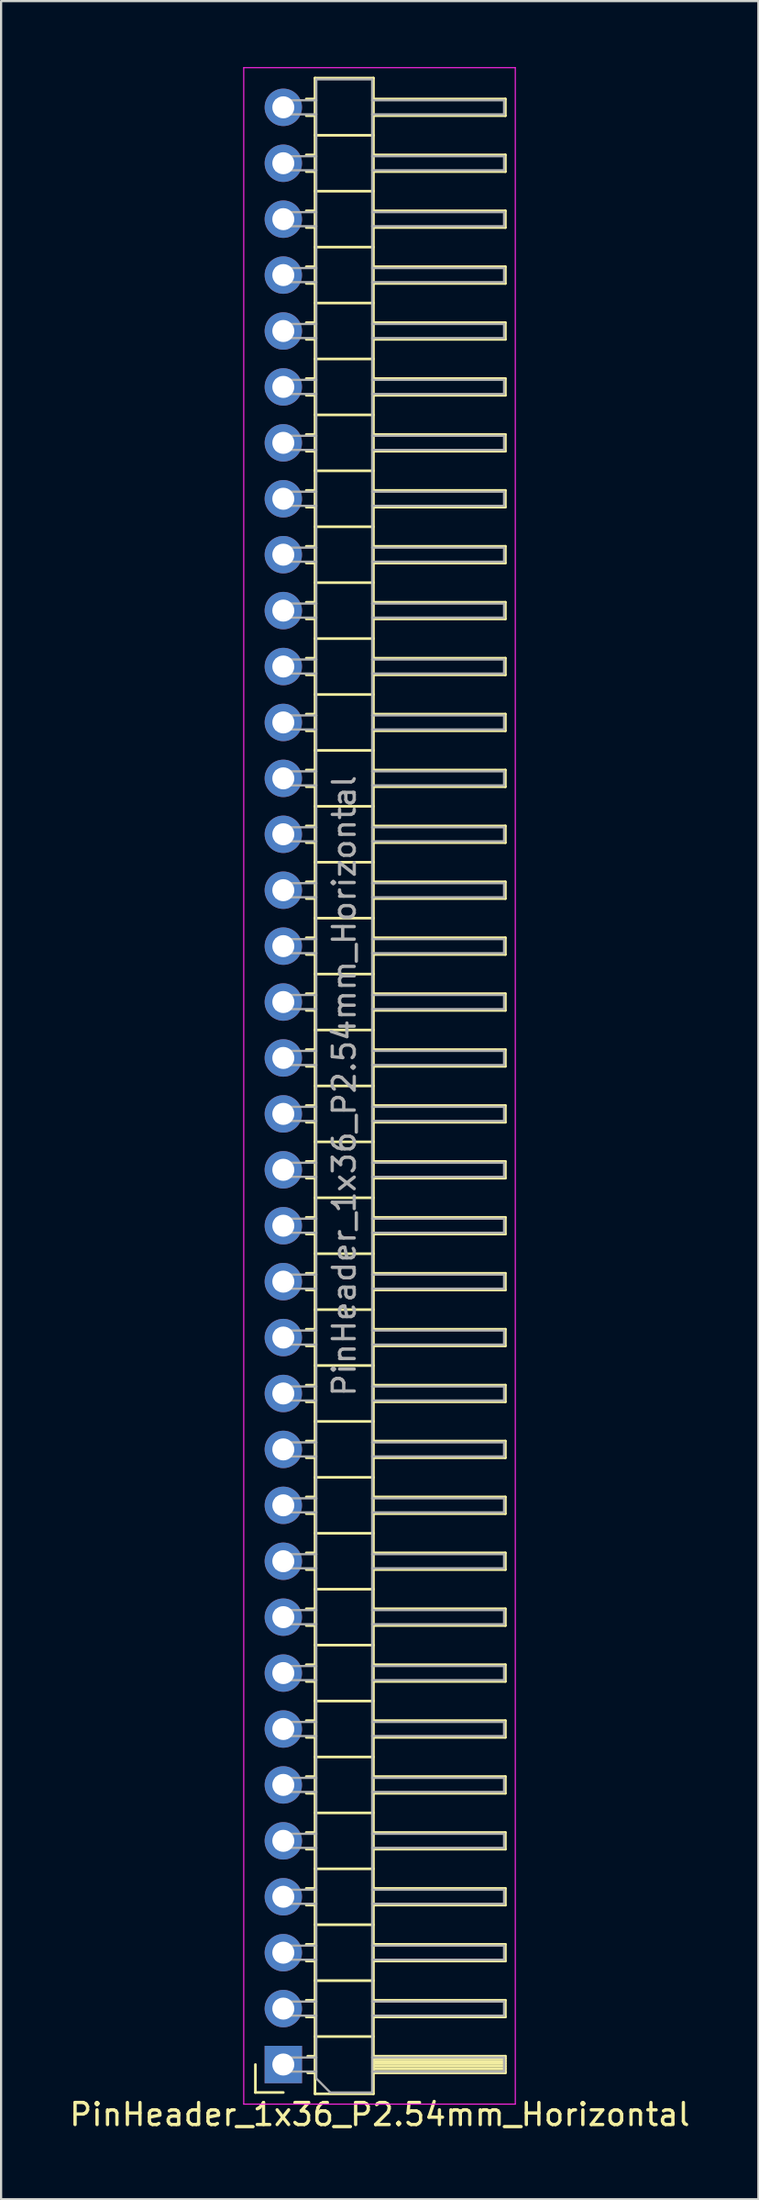
<source format=kicad_pcb>
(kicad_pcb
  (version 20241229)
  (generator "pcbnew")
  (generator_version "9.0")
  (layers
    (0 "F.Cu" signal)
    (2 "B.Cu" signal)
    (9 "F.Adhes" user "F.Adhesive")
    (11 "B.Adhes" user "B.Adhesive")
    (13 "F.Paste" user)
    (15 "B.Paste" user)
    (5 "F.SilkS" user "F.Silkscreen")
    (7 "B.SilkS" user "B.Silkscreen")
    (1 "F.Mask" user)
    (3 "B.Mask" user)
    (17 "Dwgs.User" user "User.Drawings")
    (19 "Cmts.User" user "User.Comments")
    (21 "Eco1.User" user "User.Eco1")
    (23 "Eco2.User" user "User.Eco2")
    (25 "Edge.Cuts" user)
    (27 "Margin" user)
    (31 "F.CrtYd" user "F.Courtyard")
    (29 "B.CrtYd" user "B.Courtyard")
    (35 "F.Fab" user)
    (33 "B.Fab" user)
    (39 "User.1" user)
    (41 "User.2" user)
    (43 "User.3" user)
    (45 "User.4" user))
  (footprint "PinHeader_1x36_P2.54mm_Horizontal"
    (layer "F.Cu")
    (at 9.835 1.825)
    (property "Reference" "PinHeader_1x36_P2.54mm_Horizontal" (at 4.385 91.17 0) (layer "F.SilkS") (effects (font (size 1 1) (thickness 0.15))))
    (attr through_hole)
    (fp_line (start -1.27 88.9) (end -1.27 90.17) (stroke (width 0.12) (type solid)) (layer "F.SilkS"))
    (fp_line (start -1.27 90.17) (end 0 90.17) (stroke (width 0.12) (type solid)) (layer "F.SilkS"))
    (fp_line (start 1.043 -0.38) (end 1.44 -0.38) (stroke (width 0.12) (type solid)) (layer "F.SilkS"))
    (fp_line (start 1.043 0.38) (end 1.44 0.38) (stroke (width 0.12) (type solid)) (layer "F.SilkS"))
    (fp_line (start 1.043 2.16) (end 1.44 2.16) (stroke (width 0.12) (type solid)) (layer "F.SilkS"))
    (fp_line (start 1.043 2.92) (end 1.44 2.92) (stroke (width 0.12) (type solid)) (layer "F.SilkS"))
    (fp_line (start 1.043 4.7) (end 1.44 4.7) (stroke (width 0.12) (type solid)) (layer "F.SilkS"))
    (fp_line (start 1.043 5.46) (end 1.44 5.46) (stroke (width 0.12) (type solid)) (layer "F.SilkS"))
    (fp_line (start 1.043 7.24) (end 1.44 7.24) (stroke (width 0.12) (type solid)) (layer "F.SilkS"))
    (fp_line (start 1.043 8) (end 1.44 8) (stroke (width 0.12) (type solid)) (layer "F.SilkS"))
    (fp_line (start 1.043 9.78) (end 1.44 9.78) (stroke (width 0.12) (type solid)) (layer "F.SilkS"))
    (fp_line (start 1.043 10.54) (end 1.44 10.54) (stroke (width 0.12) (type solid)) (layer "F.SilkS"))
    (fp_line (start 1.043 12.32) (end 1.44 12.32) (stroke (width 0.12) (type solid)) (layer "F.SilkS"))
    (fp_line (start 1.043 13.08) (end 1.44 13.08) (stroke (width 0.12) (type solid)) (layer "F.SilkS"))
    (fp_line (start 1.043 14.86) (end 1.44 14.86) (stroke (width 0.12) (type solid)) (layer "F.SilkS"))
    (fp_line (start 1.043 15.62) (end 1.44 15.62) (stroke (width 0.12) (type solid)) (layer "F.SilkS"))
    (fp_line (start 1.043 17.4) (end 1.44 17.4) (stroke (width 0.12) (type solid)) (layer "F.SilkS"))
    (fp_line (start 1.043 18.16) (end 1.44 18.16) (stroke (width 0.12) (type solid)) (layer "F.SilkS"))
    (fp_line (start 1.043 19.94) (end 1.44 19.94) (stroke (width 0.12) (type solid)) (layer "F.SilkS"))
    (fp_line (start 1.043 20.7) (end 1.44 20.7) (stroke (width 0.12) (type solid)) (layer "F.SilkS"))
    (fp_line (start 1.043 22.48) (end 1.44 22.48) (stroke (width 0.12) (type solid)) (layer "F.SilkS"))
    (fp_line (start 1.043 23.24) (end 1.44 23.24) (stroke (width 0.12) (type solid)) (layer "F.SilkS"))
    (fp_line (start 1.043 25.02) (end 1.44 25.02) (stroke (width 0.12) (type solid)) (layer "F.SilkS"))
    (fp_line (start 1.043 25.78) (end 1.44 25.78) (stroke (width 0.12) (type solid)) (layer "F.SilkS"))
    (fp_line (start 1.043 27.56) (end 1.44 27.56) (stroke (width 0.12) (type solid)) (layer "F.SilkS"))
    (fp_line (start 1.043 28.32) (end 1.44 28.32) (stroke (width 0.12) (type solid)) (layer "F.SilkS"))
    (fp_line (start 1.043 30.1) (end 1.44 30.1) (stroke (width 0.12) (type solid)) (layer "F.SilkS"))
    (fp_line (start 1.043 30.86) (end 1.44 30.86) (stroke (width 0.12) (type solid)) (layer "F.SilkS"))
    (fp_line (start 1.043 32.64) (end 1.44 32.64) (stroke (width 0.12) (type solid)) (layer "F.SilkS"))
    (fp_line (start 1.043 33.4) (end 1.44 33.4) (stroke (width 0.12) (type solid)) (layer "F.SilkS"))
    (fp_line (start 1.043 35.18) (end 1.44 35.18) (stroke (width 0.12) (type solid)) (layer "F.SilkS"))
    (fp_line (start 1.043 35.94) (end 1.44 35.94) (stroke (width 0.12) (type solid)) (layer "F.SilkS"))
    (fp_line (start 1.043 37.72) (end 1.44 37.72) (stroke (width 0.12) (type solid)) (layer "F.SilkS"))
    (fp_line (start 1.043 38.48) (end 1.44 38.48) (stroke (width 0.12) (type solid)) (layer "F.SilkS"))
    (fp_line (start 1.043 40.26) (end 1.44 40.26) (stroke (width 0.12) (type solid)) (layer "F.SilkS"))
    (fp_line (start 1.043 41.02) (end 1.44 41.02) (stroke (width 0.12) (type solid)) (layer "F.SilkS"))
    (fp_line (start 1.043 42.8) (end 1.44 42.8) (stroke (width 0.12) (type solid)) (layer "F.SilkS"))
    (fp_line (start 1.043 43.56) (end 1.44 43.56) (stroke (width 0.12) (type solid)) (layer "F.SilkS"))
    (fp_line (start 1.043 45.34) (end 1.44 45.34) (stroke (width 0.12) (type solid)) (layer "F.SilkS"))
    (fp_line (start 1.043 46.1) (end 1.44 46.1) (stroke (width 0.12) (type solid)) (layer "F.SilkS"))
    (fp_line (start 1.043 47.88) (end 1.44 47.88) (stroke (width 0.12) (type solid)) (layer "F.SilkS"))
    (fp_line (start 1.043 48.64) (end 1.44 48.64) (stroke (width 0.12) (type solid)) (layer "F.SilkS"))
    (fp_line (start 1.043 50.42) (end 1.44 50.42) (stroke (width 0.12) (type solid)) (layer "F.SilkS"))
    (fp_line (start 1.043 51.18) (end 1.44 51.18) (stroke (width 0.12) (type solid)) (layer "F.SilkS"))
    (fp_line (start 1.043 52.96) (end 1.44 52.96) (stroke (width 0.12) (type solid)) (layer "F.SilkS"))
    (fp_line (start 1.043 53.72) (end 1.44 53.72) (stroke (width 0.12) (type solid)) (layer "F.SilkS"))
    (fp_line (start 1.043 55.5) (end 1.44 55.5) (stroke (width 0.12) (type solid)) (layer "F.SilkS"))
    (fp_line (start 1.043 56.26) (end 1.44 56.26) (stroke (width 0.12) (type solid)) (layer "F.SilkS"))
    (fp_line (start 1.043 58.04) (end 1.44 58.04) (stroke (width 0.12) (type solid)) (layer "F.SilkS"))
    (fp_line (start 1.043 58.8) (end 1.44 58.8) (stroke (width 0.12) (type solid)) (layer "F.SilkS"))
    (fp_line (start 1.043 60.58) (end 1.44 60.58) (stroke (width 0.12) (type solid)) (layer "F.SilkS"))
    (fp_line (start 1.043 61.34) (end 1.44 61.34) (stroke (width 0.12) (type solid)) (layer "F.SilkS"))
    (fp_line (start 1.043 63.12) (end 1.44 63.12) (stroke (width 0.12) (type solid)) (layer "F.SilkS"))
    (fp_line (start 1.043 63.88) (end 1.44 63.88) (stroke (width 0.12) (type solid)) (layer "F.SilkS"))
    (fp_line (start 1.043 65.66) (end 1.44 65.66) (stroke (width 0.12) (type solid)) (layer "F.SilkS"))
    (fp_line (start 1.043 66.42) (end 1.44 66.42) (stroke (width 0.12) (type solid)) (layer "F.SilkS"))
    (fp_line (start 1.043 68.2) (end 1.44 68.2) (stroke (width 0.12) (type solid)) (layer "F.SilkS"))
    (fp_line (start 1.043 68.96) (end 1.44 68.96) (stroke (width 0.12) (type solid)) (layer "F.SilkS"))
    (fp_line (start 1.043 70.74) (end 1.44 70.74) (stroke (width 0.12) (type solid)) (layer "F.SilkS"))
    (fp_line (start 1.043 71.5) (end 1.44 71.5) (stroke (width 0.12) (type solid)) (layer "F.SilkS"))
    (fp_line (start 1.043 73.28) (end 1.44 73.28) (stroke (width 0.12) (type solid)) (layer "F.SilkS"))
    (fp_line (start 1.043 74.04) (end 1.44 74.04) (stroke (width 0.12) (type solid)) (layer "F.SilkS"))
    (fp_line (start 1.043 75.82) (end 1.44 75.82) (stroke (width 0.12) (type solid)) (layer "F.SilkS"))
    (fp_line (start 1.043 76.58) (end 1.44 76.58) (stroke (width 0.12) (type solid)) (layer "F.SilkS"))
    (fp_line (start 1.043 78.36) (end 1.44 78.36) (stroke (width 0.12) (type solid)) (layer "F.SilkS"))
    (fp_line (start 1.043 79.12) (end 1.44 79.12) (stroke (width 0.12) (type solid)) (layer "F.SilkS"))
    (fp_line (start 1.043 80.9) (end 1.44 80.9) (stroke (width 0.12) (type solid)) (layer "F.SilkS"))
    (fp_line (start 1.043 81.66) (end 1.44 81.66) (stroke (width 0.12) (type solid)) (layer "F.SilkS"))
    (fp_line (start 1.043 83.44) (end 1.44 83.44) (stroke (width 0.12) (type solid)) (layer "F.SilkS"))
    (fp_line (start 1.043 84.2) (end 1.44 84.2) (stroke (width 0.12) (type solid)) (layer "F.SilkS"))
    (fp_line (start 1.043 85.98) (end 1.44 85.98) (stroke (width 0.12) (type solid)) (layer "F.SilkS"))
    (fp_line (start 1.043 86.74) (end 1.44 86.74) (stroke (width 0.12) (type solid)) (layer "F.SilkS"))
    (fp_line (start 1.11 88.52) (end 1.44 88.52) (stroke (width 0.12) (type solid)) (layer "F.SilkS"))
    (fp_line (start 1.11 89.28) (end 1.44 89.28) (stroke (width 0.12) (type solid)) (layer "F.SilkS"))
    (fp_line (start 1.44 -1.33) (end 4.1 -1.33) (stroke (width 0.12) (type solid)) (layer "F.SilkS"))
    (fp_line (start 1.44 1.27) (end 4.1 1.27) (stroke (width 0.12) (type solid)) (layer "F.SilkS"))
    (fp_line (start 1.44 3.81) (end 4.1 3.81) (stroke (width 0.12) (type solid)) (layer "F.SilkS"))
    (fp_line (start 1.44 6.35) (end 4.1 6.35) (stroke (width 0.12) (type solid)) (layer "F.SilkS"))
    (fp_line (start 1.44 8.89) (end 4.1 8.89) (stroke (width 0.12) (type solid)) (layer "F.SilkS"))
    (fp_line (start 1.44 11.43) (end 4.1 11.43) (stroke (width 0.12) (type solid)) (layer "F.SilkS"))
    (fp_line (start 1.44 13.97) (end 4.1 13.97) (stroke (width 0.12) (type solid)) (layer "F.SilkS"))
    (fp_line (start 1.44 16.51) (end 4.1 16.51) (stroke (width 0.12) (type solid)) (layer "F.SilkS"))
    (fp_line (start 1.44 19.05) (end 4.1 19.05) (stroke (width 0.12) (type solid)) (layer "F.SilkS"))
    (fp_line (start 1.44 21.59) (end 4.1 21.59) (stroke (width 0.12) (type solid)) (layer "F.SilkS"))
    (fp_line (start 1.44 24.13) (end 4.1 24.13) (stroke (width 0.12) (type solid)) (layer "F.SilkS"))
    (fp_line (start 1.44 26.67) (end 4.1 26.67) (stroke (width 0.12) (type solid)) (layer "F.SilkS"))
    (fp_line (start 1.44 29.21) (end 4.1 29.21) (stroke (width 0.12) (type solid)) (layer "F.SilkS"))
    (fp_line (start 1.44 31.75) (end 4.1 31.75) (stroke (width 0.12) (type solid)) (layer "F.SilkS"))
    (fp_line (start 1.44 34.29) (end 4.1 34.29) (stroke (width 0.12) (type solid)) (layer "F.SilkS"))
    (fp_line (start 1.44 36.83) (end 4.1 36.83) (stroke (width 0.12) (type solid)) (layer "F.SilkS"))
    (fp_line (start 1.44 39.37) (end 4.1 39.37) (stroke (width 0.12) (type solid)) (layer "F.SilkS"))
    (fp_line (start 1.44 41.91) (end 4.1 41.91) (stroke (width 0.12) (type solid)) (layer "F.SilkS"))
    (fp_line (start 1.44 44.45) (end 4.1 44.45) (stroke (width 0.12) (type solid)) (layer "F.SilkS"))
    (fp_line (start 1.44 46.99) (end 4.1 46.99) (stroke (width 0.12) (type solid)) (layer "F.SilkS"))
    (fp_line (start 1.44 49.53) (end 4.1 49.53) (stroke (width 0.12) (type solid)) (layer "F.SilkS"))
    (fp_line (start 1.44 52.07) (end 4.1 52.07) (stroke (width 0.12) (type solid)) (layer "F.SilkS"))
    (fp_line (start 1.44 54.61) (end 4.1 54.61) (stroke (width 0.12) (type solid)) (layer "F.SilkS"))
    (fp_line (start 1.44 57.15) (end 4.1 57.15) (stroke (width 0.12) (type solid)) (layer "F.SilkS"))
    (fp_line (start 1.44 59.69) (end 4.1 59.69) (stroke (width 0.12) (type solid)) (layer "F.SilkS"))
    (fp_line (start 1.44 62.23) (end 4.1 62.23) (stroke (width 0.12) (type solid)) (layer "F.SilkS"))
    (fp_line (start 1.44 64.77) (end 4.1 64.77) (stroke (width 0.12) (type solid)) (layer "F.SilkS"))
    (fp_line (start 1.44 67.31) (end 4.1 67.31) (stroke (width 0.12) (type solid)) (layer "F.SilkS"))
    (fp_line (start 1.44 69.85) (end 4.1 69.85) (stroke (width 0.12) (type solid)) (layer "F.SilkS"))
    (fp_line (start 1.44 72.39) (end 4.1 72.39) (stroke (width 0.12) (type solid)) (layer "F.SilkS"))
    (fp_line (start 1.44 74.93) (end 4.1 74.93) (stroke (width 0.12) (type solid)) (layer "F.SilkS"))
    (fp_line (start 1.44 77.47) (end 4.1 77.47) (stroke (width 0.12) (type solid)) (layer "F.SilkS"))
    (fp_line (start 1.44 80.01) (end 4.1 80.01) (stroke (width 0.12) (type solid)) (layer "F.SilkS"))
    (fp_line (start 1.44 82.55) (end 4.1 82.55) (stroke (width 0.12) (type solid)) (layer "F.SilkS"))
    (fp_line (start 1.44 85.09) (end 4.1 85.09) (stroke (width 0.12) (type solid)) (layer "F.SilkS"))
    (fp_line (start 1.44 87.63) (end 4.1 87.63) (stroke (width 0.12) (type solid)) (layer "F.SilkS"))
    (fp_line (start 1.44 90.23) (end 1.44 -1.33) (stroke (width 0.12) (type solid)) (layer "F.SilkS"))
    (fp_line (start 4.1 -1.33) (end 4.1 90.23) (stroke (width 0.12) (type solid)) (layer "F.SilkS"))
    (fp_line (start 4.1 0.38) (end 10.1 0.38) (stroke (width 0.12) (type solid)) (layer "F.SilkS"))
    (fp_line (start 4.1 2.92) (end 10.1 2.92) (stroke (width 0.12) (type solid)) (layer "F.SilkS"))
    (fp_line (start 4.1 5.46) (end 10.1 5.46) (stroke (width 0.12) (type solid)) (layer "F.SilkS"))
    (fp_line (start 4.1 8) (end 10.1 8) (stroke (width 0.12) (type solid)) (layer "F.SilkS"))
    (fp_line (start 4.1 10.54) (end 10.1 10.54) (stroke (width 0.12) (type solid)) (layer "F.SilkS"))
    (fp_line (start 4.1 13.08) (end 10.1 13.08) (stroke (width 0.12) (type solid)) (layer "F.SilkS"))
    (fp_line (start 4.1 15.62) (end 10.1 15.62) (stroke (width 0.12) (type solid)) (layer "F.SilkS"))
    (fp_line (start 4.1 18.16) (end 10.1 18.16) (stroke (width 0.12) (type solid)) (layer "F.SilkS"))
    (fp_line (start 4.1 20.7) (end 10.1 20.7) (stroke (width 0.12) (type solid)) (layer "F.SilkS"))
    (fp_line (start 4.1 23.24) (end 10.1 23.24) (stroke (width 0.12) (type solid)) (layer "F.SilkS"))
    (fp_line (start 4.1 25.78) (end 10.1 25.78) (stroke (width 0.12) (type solid)) (layer "F.SilkS"))
    (fp_line (start 4.1 28.32) (end 10.1 28.32) (stroke (width 0.12) (type solid)) (layer "F.SilkS"))
    (fp_line (start 4.1 30.86) (end 10.1 30.86) (stroke (width 0.12) (type solid)) (layer "F.SilkS"))
    (fp_line (start 4.1 33.4) (end 10.1 33.4) (stroke (width 0.12) (type solid)) (layer "F.SilkS"))
    (fp_line (start 4.1 35.94) (end 10.1 35.94) (stroke (width 0.12) (type solid)) (layer "F.SilkS"))
    (fp_line (start 4.1 38.48) (end 10.1 38.48) (stroke (width 0.12) (type solid)) (layer "F.SilkS"))
    (fp_line (start 4.1 41.02) (end 10.1 41.02) (stroke (width 0.12) (type solid)) (layer "F.SilkS"))
    (fp_line (start 4.1 43.56) (end 10.1 43.56) (stroke (width 0.12) (type solid)) (layer "F.SilkS"))
    (fp_line (start 4.1 46.1) (end 10.1 46.1) (stroke (width 0.12) (type solid)) (layer "F.SilkS"))
    (fp_line (start 4.1 48.64) (end 10.1 48.64) (stroke (width 0.12) (type solid)) (layer "F.SilkS"))
    (fp_line (start 4.1 51.18) (end 10.1 51.18) (stroke (width 0.12) (type solid)) (layer "F.SilkS"))
    (fp_line (start 4.1 53.72) (end 10.1 53.72) (stroke (width 0.12) (type solid)) (layer "F.SilkS"))
    (fp_line (start 4.1 56.26) (end 10.1 56.26) (stroke (width 0.12) (type solid)) (layer "F.SilkS"))
    (fp_line (start 4.1 58.8) (end 10.1 58.8) (stroke (width 0.12) (type solid)) (layer "F.SilkS"))
    (fp_line (start 4.1 61.34) (end 10.1 61.34) (stroke (width 0.12) (type solid)) (layer "F.SilkS"))
    (fp_line (start 4.1 63.88) (end 10.1 63.88) (stroke (width 0.12) (type solid)) (layer "F.SilkS"))
    (fp_line (start 4.1 66.42) (end 10.1 66.42) (stroke (width 0.12) (type solid)) (layer "F.SilkS"))
    (fp_line (start 4.1 68.96) (end 10.1 68.96) (stroke (width 0.12) (type solid)) (layer "F.SilkS"))
    (fp_line (start 4.1 71.5) (end 10.1 71.5) (stroke (width 0.12) (type solid)) (layer "F.SilkS"))
    (fp_line (start 4.1 74.04) (end 10.1 74.04) (stroke (width 0.12) (type solid)) (layer "F.SilkS"))
    (fp_line (start 4.1 76.58) (end 10.1 76.58) (stroke (width 0.12) (type solid)) (layer "F.SilkS"))
    (fp_line (start 4.1 79.12) (end 10.1 79.12) (stroke (width 0.12) (type solid)) (layer "F.SilkS"))
    (fp_line (start 4.1 81.66) (end 10.1 81.66) (stroke (width 0.12) (type solid)) (layer "F.SilkS"))
    (fp_line (start 4.1 84.2) (end 10.1 84.2) (stroke (width 0.12) (type solid)) (layer "F.SilkS"))
    (fp_line (start 4.1 86.74) (end 10.1 86.74) (stroke (width 0.12) (type solid)) (layer "F.SilkS"))
    (fp_line (start 4.1 88.62) (end 10.1 88.62) (stroke (width 0.12) (type solid)) (layer "F.SilkS"))
    (fp_line (start 4.1 88.74) (end 10.1 88.74) (stroke (width 0.12) (type solid)) (layer "F.SilkS"))
    (fp_line (start 4.1 88.86) (end 10.1 88.86) (stroke (width 0.12) (type solid)) (layer "F.SilkS"))
    (fp_line (start 4.1 88.98) (end 10.1 88.98) (stroke (width 0.12) (type solid)) (layer "F.SilkS"))
    (fp_line (start 4.1 89.1) (end 10.1 89.1) (stroke (width 0.12) (type solid)) (layer "F.SilkS"))
    (fp_line (start 4.1 89.22) (end 10.1 89.22) (stroke (width 0.12) (type solid)) (layer "F.SilkS"))
    (fp_line (start 4.1 89.28) (end 10.1 89.28) (stroke (width 0.12) (type solid)) (layer "F.SilkS"))
    (fp_line (start 4.1 90.23) (end 1.44 90.23) (stroke (width 0.12) (type solid)) (layer "F.SilkS"))
    (fp_line (start 10.1 -0.38) (end 4.1 -0.38) (stroke (width 0.12) (type solid)) (layer "F.SilkS"))
    (fp_line (start 10.1 0.38) (end 10.1 -0.38) (stroke (width 0.12) (type solid)) (layer "F.SilkS"))
    (fp_line (start 10.1 2.16) (end 4.1 2.16) (stroke (width 0.12) (type solid)) (layer "F.SilkS"))
    (fp_line (start 10.1 2.92) (end 10.1 2.16) (stroke (width 0.12) (type solid)) (layer "F.SilkS"))
    (fp_line (start 10.1 4.7) (end 4.1 4.7) (stroke (width 0.12) (type solid)) (layer "F.SilkS"))
    (fp_line (start 10.1 5.46) (end 10.1 4.7) (stroke (width 0.12) (type solid)) (layer "F.SilkS"))
    (fp_line (start 10.1 7.24) (end 4.1 7.24) (stroke (width 0.12) (type solid)) (layer "F.SilkS"))
    (fp_line (start 10.1 8) (end 10.1 7.24) (stroke (width 0.12) (type solid)) (layer "F.SilkS"))
    (fp_line (start 10.1 9.78) (end 4.1 9.78) (stroke (width 0.12) (type solid)) (layer "F.SilkS"))
    (fp_line (start 10.1 10.54) (end 10.1 9.78) (stroke (width 0.12) (type solid)) (layer "F.SilkS"))
    (fp_line (start 10.1 12.32) (end 4.1 12.32) (stroke (width 0.12) (type solid)) (layer "F.SilkS"))
    (fp_line (start 10.1 13.08) (end 10.1 12.32) (stroke (width 0.12) (type solid)) (layer "F.SilkS"))
    (fp_line (start 10.1 14.86) (end 4.1 14.86) (stroke (width 0.12) (type solid)) (layer "F.SilkS"))
    (fp_line (start 10.1 15.62) (end 10.1 14.86) (stroke (width 0.12) (type solid)) (layer "F.SilkS"))
    (fp_line (start 10.1 17.4) (end 4.1 17.4) (stroke (width 0.12) (type solid)) (layer "F.SilkS"))
    (fp_line (start 10.1 18.16) (end 10.1 17.4) (stroke (width 0.12) (type solid)) (layer "F.SilkS"))
    (fp_line (start 10.1 19.94) (end 4.1 19.94) (stroke (width 0.12) (type solid)) (layer "F.SilkS"))
    (fp_line (start 10.1 20.7) (end 10.1 19.94) (stroke (width 0.12) (type solid)) (layer "F.SilkS"))
    (fp_line (start 10.1 22.48) (end 4.1 22.48) (stroke (width 0.12) (type solid)) (layer "F.SilkS"))
    (fp_line (start 10.1 23.24) (end 10.1 22.48) (stroke (width 0.12) (type solid)) (layer "F.SilkS"))
    (fp_line (start 10.1 25.02) (end 4.1 25.02) (stroke (width 0.12) (type solid)) (layer "F.SilkS"))
    (fp_line (start 10.1 25.78) (end 10.1 25.02) (stroke (width 0.12) (type solid)) (layer "F.SilkS"))
    (fp_line (start 10.1 27.56) (end 4.1 27.56) (stroke (width 0.12) (type solid)) (layer "F.SilkS"))
    (fp_line (start 10.1 28.32) (end 10.1 27.56) (stroke (width 0.12) (type solid)) (layer "F.SilkS"))
    (fp_line (start 10.1 30.1) (end 4.1 30.1) (stroke (width 0.12) (type solid)) (layer "F.SilkS"))
    (fp_line (start 10.1 30.86) (end 10.1 30.1) (stroke (width 0.12) (type solid)) (layer "F.SilkS"))
    (fp_line (start 10.1 32.64) (end 4.1 32.64) (stroke (width 0.12) (type solid)) (layer "F.SilkS"))
    (fp_line (start 10.1 33.4) (end 10.1 32.64) (stroke (width 0.12) (type solid)) (layer "F.SilkS"))
    (fp_line (start 10.1 35.18) (end 4.1 35.18) (stroke (width 0.12) (type solid)) (layer "F.SilkS"))
    (fp_line (start 10.1 35.94) (end 10.1 35.18) (stroke (width 0.12) (type solid)) (layer "F.SilkS"))
    (fp_line (start 10.1 37.72) (end 4.1 37.72) (stroke (width 0.12) (type solid)) (layer "F.SilkS"))
    (fp_line (start 10.1 38.48) (end 10.1 37.72) (stroke (width 0.12) (type solid)) (layer "F.SilkS"))
    (fp_line (start 10.1 40.26) (end 4.1 40.26) (stroke (width 0.12) (type solid)) (layer "F.SilkS"))
    (fp_line (start 10.1 41.02) (end 10.1 40.26) (stroke (width 0.12) (type solid)) (layer "F.SilkS"))
    (fp_line (start 10.1 42.8) (end 4.1 42.8) (stroke (width 0.12) (type solid)) (layer "F.SilkS"))
    (fp_line (start 10.1 43.56) (end 10.1 42.8) (stroke (width 0.12) (type solid)) (layer "F.SilkS"))
    (fp_line (start 10.1 45.34) (end 4.1 45.34) (stroke (width 0.12) (type solid)) (layer "F.SilkS"))
    (fp_line (start 10.1 46.1) (end 10.1 45.34) (stroke (width 0.12) (type solid)) (layer "F.SilkS"))
    (fp_line (start 10.1 47.88) (end 4.1 47.88) (stroke (width 0.12) (type solid)) (layer "F.SilkS"))
    (fp_line (start 10.1 48.64) (end 10.1 47.88) (stroke (width 0.12) (type solid)) (layer "F.SilkS"))
    (fp_line (start 10.1 50.42) (end 4.1 50.42) (stroke (width 0.12) (type solid)) (layer "F.SilkS"))
    (fp_line (start 10.1 51.18) (end 10.1 50.42) (stroke (width 0.12) (type solid)) (layer "F.SilkS"))
    (fp_line (start 10.1 52.96) (end 4.1 52.96) (stroke (width 0.12) (type solid)) (layer "F.SilkS"))
    (fp_line (start 10.1 53.72) (end 10.1 52.96) (stroke (width 0.12) (type solid)) (layer "F.SilkS"))
    (fp_line (start 10.1 55.5) (end 4.1 55.5) (stroke (width 0.12) (type solid)) (layer "F.SilkS"))
    (fp_line (start 10.1 56.26) (end 10.1 55.5) (stroke (width 0.12) (type solid)) (layer "F.SilkS"))
    (fp_line (start 10.1 58.04) (end 4.1 58.04) (stroke (width 0.12) (type solid)) (layer "F.SilkS"))
    (fp_line (start 10.1 58.8) (end 10.1 58.04) (stroke (width 0.12) (type solid)) (layer "F.SilkS"))
    (fp_line (start 10.1 60.58) (end 4.1 60.58) (stroke (width 0.12) (type solid)) (layer "F.SilkS"))
    (fp_line (start 10.1 61.34) (end 10.1 60.58) (stroke (width 0.12) (type solid)) (layer "F.SilkS"))
    (fp_line (start 10.1 63.12) (end 4.1 63.12) (stroke (width 0.12) (type solid)) (layer "F.SilkS"))
    (fp_line (start 10.1 63.88) (end 10.1 63.12) (stroke (width 0.12) (type solid)) (layer "F.SilkS"))
    (fp_line (start 10.1 65.66) (end 4.1 65.66) (stroke (width 0.12) (type solid)) (layer "F.SilkS"))
    (fp_line (start 10.1 66.42) (end 10.1 65.66) (stroke (width 0.12) (type solid)) (layer "F.SilkS"))
    (fp_line (start 10.1 68.2) (end 4.1 68.2) (stroke (width 0.12) (type solid)) (layer "F.SilkS"))
    (fp_line (start 10.1 68.96) (end 10.1 68.2) (stroke (width 0.12) (type solid)) (layer "F.SilkS"))
    (fp_line (start 10.1 70.74) (end 4.1 70.74) (stroke (width 0.12) (type solid)) (layer "F.SilkS"))
    (fp_line (start 10.1 71.5) (end 10.1 70.74) (stroke (width 0.12) (type solid)) (layer "F.SilkS"))
    (fp_line (start 10.1 73.28) (end 4.1 73.28) (stroke (width 0.12) (type solid)) (layer "F.SilkS"))
    (fp_line (start 10.1 74.04) (end 10.1 73.28) (stroke (width 0.12) (type solid)) (layer "F.SilkS"))
    (fp_line (start 10.1 75.82) (end 4.1 75.82) (stroke (width 0.12) (type solid)) (layer "F.SilkS"))
    (fp_line (start 10.1 76.58) (end 10.1 75.82) (stroke (width 0.12) (type solid)) (layer "F.SilkS"))
    (fp_line (start 10.1 78.36) (end 4.1 78.36) (stroke (width 0.12) (type solid)) (layer "F.SilkS"))
    (fp_line (start 10.1 79.12) (end 10.1 78.36) (stroke (width 0.12) (type solid)) (layer "F.SilkS"))
    (fp_line (start 10.1 80.9) (end 4.1 80.9) (stroke (width 0.12) (type solid)) (layer "F.SilkS"))
    (fp_line (start 10.1 81.66) (end 10.1 80.9) (stroke (width 0.12) (type solid)) (layer "F.SilkS"))
    (fp_line (start 10.1 83.44) (end 4.1 83.44) (stroke (width 0.12) (type solid)) (layer "F.SilkS"))
    (fp_line (start 10.1 84.2) (end 10.1 83.44) (stroke (width 0.12) (type solid)) (layer "F.SilkS"))
    (fp_line (start 10.1 85.98) (end 4.1 85.98) (stroke (width 0.12) (type solid)) (layer "F.SilkS"))
    (fp_line (start 10.1 86.74) (end 10.1 85.98) (stroke (width 0.12) (type solid)) (layer "F.SilkS"))
    (fp_line (start 10.1 88.52) (end 4.1 88.52) (stroke (width 0.12) (type solid)) (layer "F.SilkS"))
    (fp_line (start 10.1 89.28) (end 10.1 88.52) (stroke (width 0.12) (type solid)) (layer "F.SilkS"))
    (fp_line (start -1.8 -1.8) (end 10.55 -1.8) (stroke (width 0.05) (type solid)) (layer "F.CrtYd"))
    (fp_line (start -1.8 90.7) (end -1.8 -1.8) (stroke (width 0.05) (type solid)) (layer "F.CrtYd"))
    (fp_line (start 10.55 -1.8) (end 10.55 90.7) (stroke (width 0.05) (type solid)) (layer "F.CrtYd"))
    (fp_line (start 10.55 90.7) (end -1.8 90.7) (stroke (width 0.05) (type solid)) (layer "F.CrtYd"))
    (fp_line (start -0.32 -0.32) (end 1.5 -0.32) (stroke (width 0.1) (type solid)) (layer "F.Fab"))
    (fp_line (start -0.32 0.32) (end -0.32 -0.32) (stroke (width 0.1) (type solid)) (layer "F.Fab"))
    (fp_line (start -0.32 0.32) (end 1.5 0.32) (stroke (width 0.1) (type solid)) (layer "F.Fab"))
    (fp_line (start -0.32 2.22) (end 1.5 2.22) (stroke (width 0.1) (type solid)) (layer "F.Fab"))
    (fp_line (start -0.32 2.86) (end -0.32 2.22) (stroke (width 0.1) (type solid)) (layer "F.Fab"))
    (fp_line (start -0.32 2.86) (end 1.5 2.86) (stroke (width 0.1) (type solid)) (layer "F.Fab"))
    (fp_line (start -0.32 4.76) (end 1.5 4.76) (stroke (width 0.1) (type solid)) (layer "F.Fab"))
    (fp_line (start -0.32 5.4) (end -0.32 4.76) (stroke (width 0.1) (type solid)) (layer "F.Fab"))
    (fp_line (start -0.32 5.4) (end 1.5 5.4) (stroke (width 0.1) (type solid)) (layer "F.Fab"))
    (fp_line (start -0.32 7.3) (end 1.5 7.3) (stroke (width 0.1) (type solid)) (layer "F.Fab"))
    (fp_line (start -0.32 7.94) (end -0.32 7.3) (stroke (width 0.1) (type solid)) (layer "F.Fab"))
    (fp_line (start -0.32 7.94) (end 1.5 7.94) (stroke (width 0.1) (type solid)) (layer "F.Fab"))
    (fp_line (start -0.32 9.84) (end 1.5 9.84) (stroke (width 0.1) (type solid)) (layer "F.Fab"))
    (fp_line (start -0.32 10.48) (end -0.32 9.84) (stroke (width 0.1) (type solid)) (layer "F.Fab"))
    (fp_line (start -0.32 10.48) (end 1.5 10.48) (stroke (width 0.1) (type solid)) (layer "F.Fab"))
    (fp_line (start -0.32 12.38) (end 1.5 12.38) (stroke (width 0.1) (type solid)) (layer "F.Fab"))
    (fp_line (start -0.32 13.02) (end -0.32 12.38) (stroke (width 0.1) (type solid)) (layer "F.Fab"))
    (fp_line (start -0.32 13.02) (end 1.5 13.02) (stroke (width 0.1) (type solid)) (layer "F.Fab"))
    (fp_line (start -0.32 14.92) (end 1.5 14.92) (stroke (width 0.1) (type solid)) (layer "F.Fab"))
    (fp_line (start -0.32 15.56) (end -0.32 14.92) (stroke (width 0.1) (type solid)) (layer "F.Fab"))
    (fp_line (start -0.32 15.56) (end 1.5 15.56) (stroke (width 0.1) (type solid)) (layer "F.Fab"))
    (fp_line (start -0.32 17.46) (end 1.5 17.46) (stroke (width 0.1) (type solid)) (layer "F.Fab"))
    (fp_line (start -0.32 18.1) (end -0.32 17.46) (stroke (width 0.1) (type solid)) (layer "F.Fab"))
    (fp_line (start -0.32 18.1) (end 1.5 18.1) (stroke (width 0.1) (type solid)) (layer "F.Fab"))
    (fp_line (start -0.32 20) (end 1.5 20) (stroke (width 0.1) (type solid)) (layer "F.Fab"))
    (fp_line (start -0.32 20.64) (end -0.32 20) (stroke (width 0.1) (type solid)) (layer "F.Fab"))
    (fp_line (start -0.32 20.64) (end 1.5 20.64) (stroke (width 0.1) (type solid)) (layer "F.Fab"))
    (fp_line (start -0.32 22.54) (end 1.5 22.54) (stroke (width 0.1) (type solid)) (layer "F.Fab"))
    (fp_line (start -0.32 23.18) (end -0.32 22.54) (stroke (width 0.1) (type solid)) (layer "F.Fab"))
    (fp_line (start -0.32 23.18) (end 1.5 23.18) (stroke (width 0.1) (type solid)) (layer "F.Fab"))
    (fp_line (start -0.32 25.08) (end 1.5 25.08) (stroke (width 0.1) (type solid)) (layer "F.Fab"))
    (fp_line (start -0.32 25.72) (end -0.32 25.08) (stroke (width 0.1) (type solid)) (layer "F.Fab"))
    (fp_line (start -0.32 25.72) (end 1.5 25.72) (stroke (width 0.1) (type solid)) (layer "F.Fab"))
    (fp_line (start -0.32 27.62) (end 1.5 27.62) (stroke (width 0.1) (type solid)) (layer "F.Fab"))
    (fp_line (start -0.32 28.26) (end -0.32 27.62) (stroke (width 0.1) (type solid)) (layer "F.Fab"))
    (fp_line (start -0.32 28.26) (end 1.5 28.26) (stroke (width 0.1) (type solid)) (layer "F.Fab"))
    (fp_line (start -0.32 30.16) (end 1.5 30.16) (stroke (width 0.1) (type solid)) (layer "F.Fab"))
    (fp_line (start -0.32 30.8) (end -0.32 30.16) (stroke (width 0.1) (type solid)) (layer "F.Fab"))
    (fp_line (start -0.32 30.8) (end 1.5 30.8) (stroke (width 0.1) (type solid)) (layer "F.Fab"))
    (fp_line (start -0.32 32.7) (end 1.5 32.7) (stroke (width 0.1) (type solid)) (layer "F.Fab"))
    (fp_line (start -0.32 33.34) (end -0.32 32.7) (stroke (width 0.1) (type solid)) (layer "F.Fab"))
    (fp_line (start -0.32 33.34) (end 1.5 33.34) (stroke (width 0.1) (type solid)) (layer "F.Fab"))
    (fp_line (start -0.32 35.24) (end 1.5 35.24) (stroke (width 0.1) (type solid)) (layer "F.Fab"))
    (fp_line (start -0.32 35.88) (end -0.32 35.24) (stroke (width 0.1) (type solid)) (layer "F.Fab"))
    (fp_line (start -0.32 35.88) (end 1.5 35.88) (stroke (width 0.1) (type solid)) (layer "F.Fab"))
    (fp_line (start -0.32 37.78) (end 1.5 37.78) (stroke (width 0.1) (type solid)) (layer "F.Fab"))
    (fp_line (start -0.32 38.42) (end -0.32 37.78) (stroke (width 0.1) (type solid)) (layer "F.Fab"))
    (fp_line (start -0.32 38.42) (end 1.5 38.42) (stroke (width 0.1) (type solid)) (layer "F.Fab"))
    (fp_line (start -0.32 40.32) (end 1.5 40.32) (stroke (width 0.1) (type solid)) (layer "F.Fab"))
    (fp_line (start -0.32 40.96) (end -0.32 40.32) (stroke (width 0.1) (type solid)) (layer "F.Fab"))
    (fp_line (start -0.32 40.96) (end 1.5 40.96) (stroke (width 0.1) (type solid)) (layer "F.Fab"))
    (fp_line (start -0.32 42.86) (end 1.5 42.86) (stroke (width 0.1) (type solid)) (layer "F.Fab"))
    (fp_line (start -0.32 43.5) (end -0.32 42.86) (stroke (width 0.1) (type solid)) (layer "F.Fab"))
    (fp_line (start -0.32 43.5) (end 1.5 43.5) (stroke (width 0.1) (type solid)) (layer "F.Fab"))
    (fp_line (start -0.32 45.4) (end 1.5 45.4) (stroke (width 0.1) (type solid)) (layer "F.Fab"))
    (fp_line (start -0.32 46.04) (end -0.32 45.4) (stroke (width 0.1) (type solid)) (layer "F.Fab"))
    (fp_line (start -0.32 46.04) (end 1.5 46.04) (stroke (width 0.1) (type solid)) (layer "F.Fab"))
    (fp_line (start -0.32 47.94) (end 1.5 47.94) (stroke (width 0.1) (type solid)) (layer "F.Fab"))
    (fp_line (start -0.32 48.58) (end -0.32 47.94) (stroke (width 0.1) (type solid)) (layer "F.Fab"))
    (fp_line (start -0.32 48.58) (end 1.5 48.58) (stroke (width 0.1) (type solid)) (layer "F.Fab"))
    (fp_line (start -0.32 50.48) (end 1.5 50.48) (stroke (width 0.1) (type solid)) (layer "F.Fab"))
    (fp_line (start -0.32 51.12) (end -0.32 50.48) (stroke (width 0.1) (type solid)) (layer "F.Fab"))
    (fp_line (start -0.32 51.12) (end 1.5 51.12) (stroke (width 0.1) (type solid)) (layer "F.Fab"))
    (fp_line (start -0.32 53.02) (end 1.5 53.02) (stroke (width 0.1) (type solid)) (layer "F.Fab"))
    (fp_line (start -0.32 53.66) (end -0.32 53.02) (stroke (width 0.1) (type solid)) (layer "F.Fab"))
    (fp_line (start -0.32 53.66) (end 1.5 53.66) (stroke (width 0.1) (type solid)) (layer "F.Fab"))
    (fp_line (start -0.32 55.56) (end 1.5 55.56) (stroke (width 0.1) (type solid)) (layer "F.Fab"))
    (fp_line (start -0.32 56.2) (end -0.32 55.56) (stroke (width 0.1) (type solid)) (layer "F.Fab"))
    (fp_line (start -0.32 56.2) (end 1.5 56.2) (stroke (width 0.1) (type solid)) (layer "F.Fab"))
    (fp_line (start -0.32 58.1) (end 1.5 58.1) (stroke (width 0.1) (type solid)) (layer "F.Fab"))
    (fp_line (start -0.32 58.74) (end -0.32 58.1) (stroke (width 0.1) (type solid)) (layer "F.Fab"))
    (fp_line (start -0.32 58.74) (end 1.5 58.74) (stroke (width 0.1) (type solid)) (layer "F.Fab"))
    (fp_line (start -0.32 60.64) (end 1.5 60.64) (stroke (width 0.1) (type solid)) (layer "F.Fab"))
    (fp_line (start -0.32 61.28) (end -0.32 60.64) (stroke (width 0.1) (type solid)) (layer "F.Fab"))
    (fp_line (start -0.32 61.28) (end 1.5 61.28) (stroke (width 0.1) (type solid)) (layer "F.Fab"))
    (fp_line (start -0.32 63.18) (end 1.5 63.18) (stroke (width 0.1) (type solid)) (layer "F.Fab"))
    (fp_line (start -0.32 63.82) (end -0.32 63.18) (stroke (width 0.1) (type solid)) (layer "F.Fab"))
    (fp_line (start -0.32 63.82) (end 1.5 63.82) (stroke (width 0.1) (type solid)) (layer "F.Fab"))
    (fp_line (start -0.32 65.72) (end 1.5 65.72) (stroke (width 0.1) (type solid)) (layer "F.Fab"))
    (fp_line (start -0.32 66.36) (end -0.32 65.72) (stroke (width 0.1) (type solid)) (layer "F.Fab"))
    (fp_line (start -0.32 66.36) (end 1.5 66.36) (stroke (width 0.1) (type solid)) (layer "F.Fab"))
    (fp_line (start -0.32 68.26) (end 1.5 68.26) (stroke (width 0.1) (type solid)) (layer "F.Fab"))
    (fp_line (start -0.32 68.9) (end -0.32 68.26) (stroke (width 0.1) (type solid)) (layer "F.Fab"))
    (fp_line (start -0.32 68.9) (end 1.5 68.9) (stroke (width 0.1) (type solid)) (layer "F.Fab"))
    (fp_line (start -0.32 70.8) (end 1.5 70.8) (stroke (width 0.1) (type solid)) (layer "F.Fab"))
    (fp_line (start -0.32 71.44) (end -0.32 70.8) (stroke (width 0.1) (type solid)) (layer "F.Fab"))
    (fp_line (start -0.32 71.44) (end 1.5 71.44) (stroke (width 0.1) (type solid)) (layer "F.Fab"))
    (fp_line (start -0.32 73.34) (end 1.5 73.34) (stroke (width 0.1) (type solid)) (layer "F.Fab"))
    (fp_line (start -0.32 73.98) (end -0.32 73.34) (stroke (width 0.1) (type solid)) (layer "F.Fab"))
    (fp_line (start -0.32 73.98) (end 1.5 73.98) (stroke (width 0.1) (type solid)) (layer "F.Fab"))
    (fp_line (start -0.32 75.88) (end 1.5 75.88) (stroke (width 0.1) (type solid)) (layer "F.Fab"))
    (fp_line (start -0.32 76.52) (end -0.32 75.88) (stroke (width 0.1) (type solid)) (layer "F.Fab"))
    (fp_line (start -0.32 76.52) (end 1.5 76.52) (stroke (width 0.1) (type solid)) (layer "F.Fab"))
    (fp_line (start -0.32 78.42) (end 1.5 78.42) (stroke (width 0.1) (type solid)) (layer "F.Fab"))
    (fp_line (start -0.32 79.06) (end -0.32 78.42) (stroke (width 0.1) (type solid)) (layer "F.Fab"))
    (fp_line (start -0.32 79.06) (end 1.5 79.06) (stroke (width 0.1) (type solid)) (layer "F.Fab"))
    (fp_line (start -0.32 80.96) (end 1.5 80.96) (stroke (width 0.1) (type solid)) (layer "F.Fab"))
    (fp_line (start -0.32 81.6) (end -0.32 80.96) (stroke (width 0.1) (type solid)) (layer "F.Fab"))
    (fp_line (start -0.32 81.6) (end 1.5 81.6) (stroke (width 0.1) (type solid)) (layer "F.Fab"))
    (fp_line (start -0.32 83.5) (end 1.5 83.5) (stroke (width 0.1) (type solid)) (layer "F.Fab"))
    (fp_line (start -0.32 84.14) (end -0.32 83.5) (stroke (width 0.1) (type solid)) (layer "F.Fab"))
    (fp_line (start -0.32 84.14) (end 1.5 84.14) (stroke (width 0.1) (type solid)) (layer "F.Fab"))
    (fp_line (start -0.32 86.04) (end 1.5 86.04) (stroke (width 0.1) (type solid)) (layer "F.Fab"))
    (fp_line (start -0.32 86.68) (end -0.32 86.04) (stroke (width 0.1) (type solid)) (layer "F.Fab"))
    (fp_line (start -0.32 86.68) (end 1.5 86.68) (stroke (width 0.1) (type solid)) (layer "F.Fab"))
    (fp_line (start -0.32 88.58) (end 1.5 88.58) (stroke (width 0.1) (type solid)) (layer "F.Fab"))
    (fp_line (start -0.32 89.22) (end -0.32 88.58) (stroke (width 0.1) (type solid)) (layer "F.Fab"))
    (fp_line (start -0.32 89.22) (end 1.5 89.22) (stroke (width 0.1) (type solid)) (layer "F.Fab"))
    (fp_line (start 1.5 -1.27) (end 1.5 89.535) (stroke (width 0.1) (type solid)) (layer "F.Fab"))
    (fp_line (start 1.5 89.535) (end 2.135 90.17) (stroke (width 0.1) (type solid)) (layer "F.Fab"))
    (fp_line (start 2.135 90.17) (end 4.04 90.17) (stroke (width 0.1) (type solid)) (layer "F.Fab"))
    (fp_line (start 4.04 -1.27) (end 1.5 -1.27) (stroke (width 0.1) (type solid)) (layer "F.Fab"))
    (fp_line (start 4.04 -0.32) (end 10.04 -0.32) (stroke (width 0.1) (type solid)) (layer "F.Fab"))
    (fp_line (start 4.04 0.32) (end 10.04 0.32) (stroke (width 0.1) (type solid)) (layer "F.Fab"))
    (fp_line (start 4.04 2.22) (end 10.04 2.22) (stroke (width 0.1) (type solid)) (layer "F.Fab"))
    (fp_line (start 4.04 2.86) (end 10.04 2.86) (stroke (width 0.1) (type solid)) (layer "F.Fab"))
    (fp_line (start 4.04 4.76) (end 10.04 4.76) (stroke (width 0.1) (type solid)) (layer "F.Fab"))
    (fp_line (start 4.04 5.4) (end 10.04 5.4) (stroke (width 0.1) (type solid)) (layer "F.Fab"))
    (fp_line (start 4.04 7.3) (end 10.04 7.3) (stroke (width 0.1) (type solid)) (layer "F.Fab"))
    (fp_line (start 4.04 7.94) (end 10.04 7.94) (stroke (width 0.1) (type solid)) (layer "F.Fab"))
    (fp_line (start 4.04 9.84) (end 10.04 9.84) (stroke (width 0.1) (type solid)) (layer "F.Fab"))
    (fp_line (start 4.04 10.48) (end 10.04 10.48) (stroke (width 0.1) (type solid)) (layer "F.Fab"))
    (fp_line (start 4.04 12.38) (end 10.04 12.38) (stroke (width 0.1) (type solid)) (layer "F.Fab"))
    (fp_line (start 4.04 13.02) (end 10.04 13.02) (stroke (width 0.1) (type solid)) (layer "F.Fab"))
    (fp_line (start 4.04 14.92) (end 10.04 14.92) (stroke (width 0.1) (type solid)) (layer "F.Fab"))
    (fp_line (start 4.04 15.56) (end 10.04 15.56) (stroke (width 0.1) (type solid)) (layer "F.Fab"))
    (fp_line (start 4.04 17.46) (end 10.04 17.46) (stroke (width 0.1) (type solid)) (layer "F.Fab"))
    (fp_line (start 4.04 18.1) (end 10.04 18.1) (stroke (width 0.1) (type solid)) (layer "F.Fab"))
    (fp_line (start 4.04 20) (end 10.04 20) (stroke (width 0.1) (type solid)) (layer "F.Fab"))
    (fp_line (start 4.04 20.64) (end 10.04 20.64) (stroke (width 0.1) (type solid)) (layer "F.Fab"))
    (fp_line (start 4.04 22.54) (end 10.04 22.54) (stroke (width 0.1) (type solid)) (layer "F.Fab"))
    (fp_line (start 4.04 23.18) (end 10.04 23.18) (stroke (width 0.1) (type solid)) (layer "F.Fab"))
    (fp_line (start 4.04 25.08) (end 10.04 25.08) (stroke (width 0.1) (type solid)) (layer "F.Fab"))
    (fp_line (start 4.04 25.72) (end 10.04 25.72) (stroke (width 0.1) (type solid)) (layer "F.Fab"))
    (fp_line (start 4.04 27.62) (end 10.04 27.62) (stroke (width 0.1) (type solid)) (layer "F.Fab"))
    (fp_line (start 4.04 28.26) (end 10.04 28.26) (stroke (width 0.1) (type solid)) (layer "F.Fab"))
    (fp_line (start 4.04 30.16) (end 10.04 30.16) (stroke (width 0.1) (type solid)) (layer "F.Fab"))
    (fp_line (start 4.04 30.8) (end 10.04 30.8) (stroke (width 0.1) (type solid)) (layer "F.Fab"))
    (fp_line (start 4.04 32.7) (end 10.04 32.7) (stroke (width 0.1) (type solid)) (layer "F.Fab"))
    (fp_line (start 4.04 33.34) (end 10.04 33.34) (stroke (width 0.1) (type solid)) (layer "F.Fab"))
    (fp_line (start 4.04 35.24) (end 10.04 35.24) (stroke (width 0.1) (type solid)) (layer "F.Fab"))
    (fp_line (start 4.04 35.88) (end 10.04 35.88) (stroke (width 0.1) (type solid)) (layer "F.Fab"))
    (fp_line (start 4.04 37.78) (end 10.04 37.78) (stroke (width 0.1) (type solid)) (layer "F.Fab"))
    (fp_line (start 4.04 38.42) (end 10.04 38.42) (stroke (width 0.1) (type solid)) (layer "F.Fab"))
    (fp_line (start 4.04 40.32) (end 10.04 40.32) (stroke (width 0.1) (type solid)) (layer "F.Fab"))
    (fp_line (start 4.04 40.96) (end 10.04 40.96) (stroke (width 0.1) (type solid)) (layer "F.Fab"))
    (fp_line (start 4.04 42.86) (end 10.04 42.86) (stroke (width 0.1) (type solid)) (layer "F.Fab"))
    (fp_line (start 4.04 43.5) (end 10.04 43.5) (stroke (width 0.1) (type solid)) (layer "F.Fab"))
    (fp_line (start 4.04 45.4) (end 10.04 45.4) (stroke (width 0.1) (type solid)) (layer "F.Fab"))
    (fp_line (start 4.04 46.04) (end 10.04 46.04) (stroke (width 0.1) (type solid)) (layer "F.Fab"))
    (fp_line (start 4.04 47.94) (end 10.04 47.94) (stroke (width 0.1) (type solid)) (layer "F.Fab"))
    (fp_line (start 4.04 48.58) (end 10.04 48.58) (stroke (width 0.1) (type solid)) (layer "F.Fab"))
    (fp_line (start 4.04 50.48) (end 10.04 50.48) (stroke (width 0.1) (type solid)) (layer "F.Fab"))
    (fp_line (start 4.04 51.12) (end 10.04 51.12) (stroke (width 0.1) (type solid)) (layer "F.Fab"))
    (fp_line (start 4.04 53.02) (end 10.04 53.02) (stroke (width 0.1) (type solid)) (layer "F.Fab"))
    (fp_line (start 4.04 53.66) (end 10.04 53.66) (stroke (width 0.1) (type solid)) (layer "F.Fab"))
    (fp_line (start 4.04 55.56) (end 10.04 55.56) (stroke (width 0.1) (type solid)) (layer "F.Fab"))
    (fp_line (start 4.04 56.2) (end 10.04 56.2) (stroke (width 0.1) (type solid)) (layer "F.Fab"))
    (fp_line (start 4.04 58.1) (end 10.04 58.1) (stroke (width 0.1) (type solid)) (layer "F.Fab"))
    (fp_line (start 4.04 58.74) (end 10.04 58.74) (stroke (width 0.1) (type solid)) (layer "F.Fab"))
    (fp_line (start 4.04 60.64) (end 10.04 60.64) (stroke (width 0.1) (type solid)) (layer "F.Fab"))
    (fp_line (start 4.04 61.28) (end 10.04 61.28) (stroke (width 0.1) (type solid)) (layer "F.Fab"))
    (fp_line (start 4.04 63.18) (end 10.04 63.18) (stroke (width 0.1) (type solid)) (layer "F.Fab"))
    (fp_line (start 4.04 63.82) (end 10.04 63.82) (stroke (width 0.1) (type solid)) (layer "F.Fab"))
    (fp_line (start 4.04 65.72) (end 10.04 65.72) (stroke (width 0.1) (type solid)) (layer "F.Fab"))
    (fp_line (start 4.04 66.36) (end 10.04 66.36) (stroke (width 0.1) (type solid)) (layer "F.Fab"))
    (fp_line (start 4.04 68.26) (end 10.04 68.26) (stroke (width 0.1) (type solid)) (layer "F.Fab"))
    (fp_line (start 4.04 68.9) (end 10.04 68.9) (stroke (width 0.1) (type solid)) (layer "F.Fab"))
    (fp_line (start 4.04 70.8) (end 10.04 70.8) (stroke (width 0.1) (type solid)) (layer "F.Fab"))
    (fp_line (start 4.04 71.44) (end 10.04 71.44) (stroke (width 0.1) (type solid)) (layer "F.Fab"))
    (fp_line (start 4.04 73.34) (end 10.04 73.34) (stroke (width 0.1) (type solid)) (layer "F.Fab"))
    (fp_line (start 4.04 73.98) (end 10.04 73.98) (stroke (width 0.1) (type solid)) (layer "F.Fab"))
    (fp_line (start 4.04 75.88) (end 10.04 75.88) (stroke (width 0.1) (type solid)) (layer "F.Fab"))
    (fp_line (start 4.04 76.52) (end 10.04 76.52) (stroke (width 0.1) (type solid)) (layer "F.Fab"))
    (fp_line (start 4.04 78.42) (end 10.04 78.42) (stroke (width 0.1) (type solid)) (layer "F.Fab"))
    (fp_line (start 4.04 79.06) (end 10.04 79.06) (stroke (width 0.1) (type solid)) (layer "F.Fab"))
    (fp_line (start 4.04 80.96) (end 10.04 80.96) (stroke (width 0.1) (type solid)) (layer "F.Fab"))
    (fp_line (start 4.04 81.6) (end 10.04 81.6) (stroke (width 0.1) (type solid)) (layer "F.Fab"))
    (fp_line (start 4.04 83.5) (end 10.04 83.5) (stroke (width 0.1) (type solid)) (layer "F.Fab"))
    (fp_line (start 4.04 84.14) (end 10.04 84.14) (stroke (width 0.1) (type solid)) (layer "F.Fab"))
    (fp_line (start 4.04 86.04) (end 10.04 86.04) (stroke (width 0.1) (type solid)) (layer "F.Fab"))
    (fp_line (start 4.04 86.68) (end 10.04 86.68) (stroke (width 0.1) (type solid)) (layer "F.Fab"))
    (fp_line (start 4.04 88.58) (end 10.04 88.58) (stroke (width 0.1) (type solid)) (layer "F.Fab"))
    (fp_line (start 4.04 89.22) (end 10.04 89.22) (stroke (width 0.1) (type solid)) (layer "F.Fab"))
    (fp_line (start 4.04 90.17) (end 4.04 -1.27) (stroke (width 0.1) (type solid)) (layer "F.Fab"))
    (fp_line (start 10.04 0.32) (end 10.04 -0.32) (stroke (width 0.1) (type solid)) (layer "F.Fab"))
    (fp_line (start 10.04 2.86) (end 10.04 2.22) (stroke (width 0.1) (type solid)) (layer "F.Fab"))
    (fp_line (start 10.04 5.4) (end 10.04 4.76) (stroke (width 0.1) (type solid)) (layer "F.Fab"))
    (fp_line (start 10.04 7.94) (end 10.04 7.3) (stroke (width 0.1) (type solid)) (layer "F.Fab"))
    (fp_line (start 10.04 10.48) (end 10.04 9.84) (stroke (width 0.1) (type solid)) (layer "F.Fab"))
    (fp_line (start 10.04 13.02) (end 10.04 12.38) (stroke (width 0.1) (type solid)) (layer "F.Fab"))
    (fp_line (start 10.04 15.56) (end 10.04 14.92) (stroke (width 0.1) (type solid)) (layer "F.Fab"))
    (fp_line (start 10.04 18.1) (end 10.04 17.46) (stroke (width 0.1) (type solid)) (layer "F.Fab"))
    (fp_line (start 10.04 20.64) (end 10.04 20) (stroke (width 0.1) (type solid)) (layer "F.Fab"))
    (fp_line (start 10.04 23.18) (end 10.04 22.54) (stroke (width 0.1) (type solid)) (layer "F.Fab"))
    (fp_line (start 10.04 25.72) (end 10.04 25.08) (stroke (width 0.1) (type solid)) (layer "F.Fab"))
    (fp_line (start 10.04 28.26) (end 10.04 27.62) (stroke (width 0.1) (type solid)) (layer "F.Fab"))
    (fp_line (start 10.04 30.8) (end 10.04 30.16) (stroke (width 0.1) (type solid)) (layer "F.Fab"))
    (fp_line (start 10.04 33.34) (end 10.04 32.7) (stroke (width 0.1) (type solid)) (layer "F.Fab"))
    (fp_line (start 10.04 35.88) (end 10.04 35.24) (stroke (width 0.1) (type solid)) (layer "F.Fab"))
    (fp_line (start 10.04 38.42) (end 10.04 37.78) (stroke (width 0.1) (type solid)) (layer "F.Fab"))
    (fp_line (start 10.04 40.96) (end 10.04 40.32) (stroke (width 0.1) (type solid)) (layer "F.Fab"))
    (fp_line (start 10.04 43.5) (end 10.04 42.86) (stroke (width 0.1) (type solid)) (layer "F.Fab"))
    (fp_line (start 10.04 46.04) (end 10.04 45.4) (stroke (width 0.1) (type solid)) (layer "F.Fab"))
    (fp_line (start 10.04 48.58) (end 10.04 47.94) (stroke (width 0.1) (type solid)) (layer "F.Fab"))
    (fp_line (start 10.04 51.12) (end 10.04 50.48) (stroke (width 0.1) (type solid)) (layer "F.Fab"))
    (fp_line (start 10.04 53.66) (end 10.04 53.02) (stroke (width 0.1) (type solid)) (layer "F.Fab"))
    (fp_line (start 10.04 56.2) (end 10.04 55.56) (stroke (width 0.1) (type solid)) (layer "F.Fab"))
    (fp_line (start 10.04 58.74) (end 10.04 58.1) (stroke (width 0.1) (type solid)) (layer "F.Fab"))
    (fp_line (start 10.04 61.28) (end 10.04 60.64) (stroke (width 0.1) (type solid)) (layer "F.Fab"))
    (fp_line (start 10.04 63.82) (end 10.04 63.18) (stroke (width 0.1) (type solid)) (layer "F.Fab"))
    (fp_line (start 10.04 66.36) (end 10.04 65.72) (stroke (width 0.1) (type solid)) (layer "F.Fab"))
    (fp_line (start 10.04 68.9) (end 10.04 68.26) (stroke (width 0.1) (type solid)) (layer "F.Fab"))
    (fp_line (start 10.04 71.44) (end 10.04 70.8) (stroke (width 0.1) (type solid)) (layer "F.Fab"))
    (fp_line (start 10.04 73.98) (end 10.04 73.34) (stroke (width 0.1) (type solid)) (layer "F.Fab"))
    (fp_line (start 10.04 76.52) (end 10.04 75.88) (stroke (width 0.1) (type solid)) (layer "F.Fab"))
    (fp_line (start 10.04 79.06) (end 10.04 78.42) (stroke (width 0.1) (type solid)) (layer "F.Fab"))
    (fp_line (start 10.04 81.6) (end 10.04 80.96) (stroke (width 0.1) (type solid)) (layer "F.Fab"))
    (fp_line (start 10.04 84.14) (end 10.04 83.5) (stroke (width 0.1) (type solid)) (layer "F.Fab"))
    (fp_line (start 10.04 86.68) (end 10.04 86.04) (stroke (width 0.1) (type solid)) (layer "F.Fab"))
    (fp_line (start 10.04 89.22) (end 10.04 88.58) (stroke (width 0.1) (type solid)) (layer "F.Fab"))
    (fp_text user "${REFERENCE}" (at 2.77 44.45 90) (layer "F.Fab") (effects (font (size 1 1) (thickness 0.15))))
    (pad "1" thru_hole rect (at 0 88.9) (size 1.7 1.7) (drill 1) (layers "*.Cu" "*.Mask"))
    (pad "2" thru_hole oval (at 0 86.36) (size 1.7 1.7) (drill 1) (layers "*.Cu" "*.Mask"))
    (pad "3" thru_hole oval (at 0 83.82) (size 1.7 1.7) (drill 1) (layers "*.Cu" "*.Mask"))
    (pad "4" thru_hole oval (at 0 81.28) (size 1.7 1.7) (drill 1) (layers "*.Cu" "*.Mask"))
    (pad "5" thru_hole oval (at 0 78.74) (size 1.7 1.7) (drill 1) (layers "*.Cu" "*.Mask"))
    (pad "6" thru_hole oval (at 0 76.2) (size 1.7 1.7) (drill 1) (layers "*.Cu" "*.Mask"))
    (pad "7" thru_hole oval (at 0 73.66) (size 1.7 1.7) (drill 1) (layers "*.Cu" "*.Mask"))
    (pad "8" thru_hole oval (at 0 71.12) (size 1.7 1.7) (drill 1) (layers "*.Cu" "*.Mask"))
    (pad "9" thru_hole oval (at 0 68.58) (size 1.7 1.7) (drill 1) (layers "*.Cu" "*.Mask"))
    (pad "10" thru_hole oval (at 0 66.04) (size 1.7 1.7) (drill 1) (layers "*.Cu" "*.Mask"))
    (pad "11" thru_hole oval (at 0 63.5) (size 1.7 1.7) (drill 1) (layers "*.Cu" "*.Mask"))
    (pad "12" thru_hole oval (at 0 60.96) (size 1.7 1.7) (drill 1) (layers "*.Cu" "*.Mask"))
    (pad "13" thru_hole oval (at 0 58.42) (size 1.7 1.7) (drill 1) (layers "*.Cu" "*.Mask"))
    (pad "14" thru_hole oval (at 0 55.88) (size 1.7 1.7) (drill 1) (layers "*.Cu" "*.Mask"))
    (pad "15" thru_hole oval (at 0 53.34) (size 1.7 1.7) (drill 1) (layers "*.Cu" "*.Mask"))
    (pad "16" thru_hole oval (at 0 50.8) (size 1.7 1.7) (drill 1) (layers "*.Cu" "*.Mask"))
    (pad "17" thru_hole oval (at 0 48.26) (size 1.7 1.7) (drill 1) (layers "*.Cu" "*.Mask"))
    (pad "18" thru_hole oval (at 0 45.72) (size 1.7 1.7) (drill 1) (layers "*.Cu" "*.Mask"))
    (pad "19" thru_hole oval (at 0 43.18) (size 1.7 1.7) (drill 1) (layers "*.Cu" "*.Mask"))
    (pad "20" thru_hole oval (at 0 40.64) (size 1.7 1.7) (drill 1) (layers "*.Cu" "*.Mask"))
    (pad "21" thru_hole oval (at 0 38.1) (size 1.7 1.7) (drill 1) (layers "*.Cu" "*.Mask"))
    (pad "22" thru_hole oval (at 0 35.56) (size 1.7 1.7) (drill 1) (layers "*.Cu" "*.Mask"))
    (pad "23" thru_hole oval (at 0 33.02) (size 1.7 1.7) (drill 1) (layers "*.Cu" "*.Mask"))
    (pad "24" thru_hole oval (at 0 30.48) (size 1.7 1.7) (drill 1) (layers "*.Cu" "*.Mask"))
    (pad "25" thru_hole oval (at 0 27.94) (size 1.7 1.7) (drill 1) (layers "*.Cu" "*.Mask"))
    (pad "26" thru_hole oval (at 0 25.4) (size 1.7 1.7) (drill 1) (layers "*.Cu" "*.Mask"))
    (pad "27" thru_hole oval (at 0 22.86) (size 1.7 1.7) (drill 1) (layers "*.Cu" "*.Mask"))
    (pad "28" thru_hole oval (at 0 20.32) (size 1.7 1.7) (drill 1) (layers "*.Cu" "*.Mask"))
    (pad "29" thru_hole oval (at 0 17.78) (size 1.7 1.7) (drill 1) (layers "*.Cu" "*.Mask"))
    (pad "30" thru_hole oval (at 0 15.24) (size 1.7 1.7) (drill 1) (layers "*.Cu" "*.Mask"))
    (pad "31" thru_hole oval (at 0 12.7) (size 1.7 1.7) (drill 1) (layers "*.Cu" "*.Mask"))
    (pad "32" thru_hole oval (at 0 10.16) (size 1.7 1.7) (drill 1) (layers "*.Cu" "*.Mask"))
    (pad "33" thru_hole oval (at 0 7.62) (size 1.7 1.7) (drill 1) (layers "*.Cu" "*.Mask"))
    (pad "34" thru_hole oval (at 0 5.08) (size 1.7 1.7) (drill 1) (layers "*.Cu" "*.Mask"))
    (pad "35" thru_hole oval (at 0 2.54) (size 1.7 1.7) (drill 1) (layers "*.Cu" "*.Mask"))
    (pad "36" thru_hole oval (at 0 0) (size 1.7 1.7) (drill 1) (layers "*.Cu" "*.Mask")))
  (gr_rect
    (start -3 -3)
    (end 31.44 96.843)
    (stroke (width 0.1) (type default))
    (fill no)
    (layer "Edge.Cuts")))
</source>
